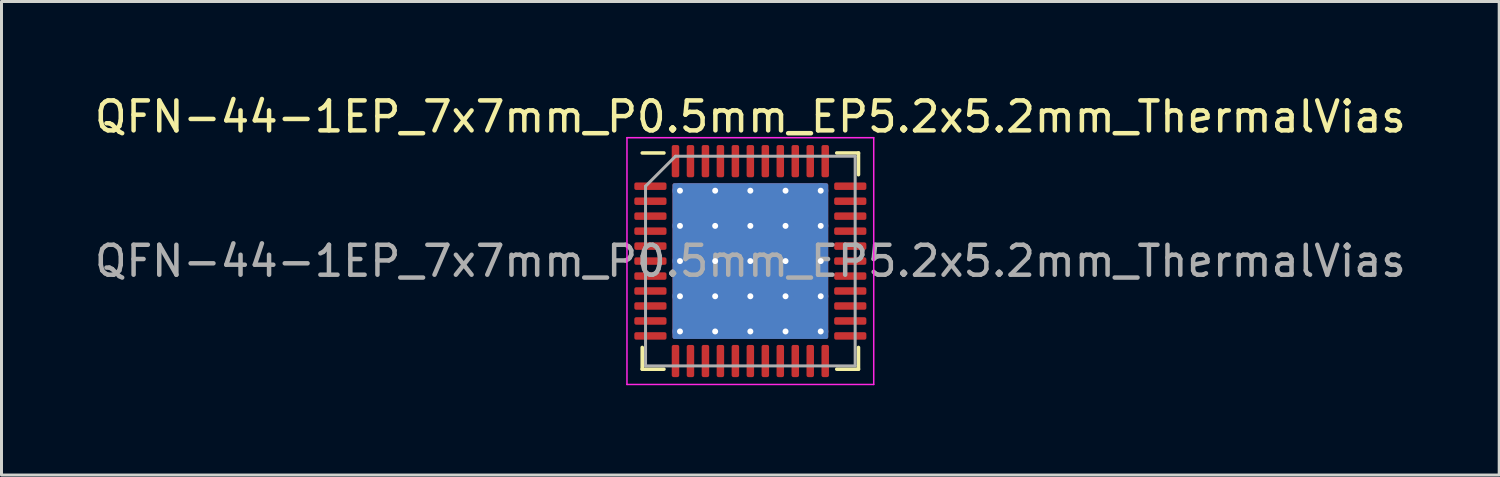
<source format=kicad_pcb>
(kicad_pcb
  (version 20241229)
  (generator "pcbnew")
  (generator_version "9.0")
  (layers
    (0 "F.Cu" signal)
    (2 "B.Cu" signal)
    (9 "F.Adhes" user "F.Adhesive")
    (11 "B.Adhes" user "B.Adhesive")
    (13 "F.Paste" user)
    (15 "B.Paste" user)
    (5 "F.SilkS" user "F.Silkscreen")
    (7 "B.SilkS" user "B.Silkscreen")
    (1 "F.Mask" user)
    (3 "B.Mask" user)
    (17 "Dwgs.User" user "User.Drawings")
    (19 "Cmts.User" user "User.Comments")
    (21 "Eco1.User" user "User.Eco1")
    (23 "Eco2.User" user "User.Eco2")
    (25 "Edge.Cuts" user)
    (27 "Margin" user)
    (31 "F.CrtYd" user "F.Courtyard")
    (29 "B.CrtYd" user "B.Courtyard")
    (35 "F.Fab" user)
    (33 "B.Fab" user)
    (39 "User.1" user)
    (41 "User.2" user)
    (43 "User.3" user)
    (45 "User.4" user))
  (footprint "QFN-44-1EP_7x7mm_P0.5mm_EP5.2x5.2mm_ThermalVias"
    (layer "F.Cu")
    (at 22.006 5.668)
    (property "Reference" "QFN-44-1EP_7x7mm_P0.5mm_EP5.2x5.2mm_ThermalVias" (at 0 -4.82 0) (layer "F.SilkS") (effects (font (size 1 1) (thickness 0.15))))
    (attr smd)
    (fp_line (start -3.61 3.61) (end -3.61 2.885) (stroke (width 0.12) (type solid)) (layer "F.SilkS"))
    (fp_line (start -2.885 -3.61) (end -3.61 -3.61) (stroke (width 0.12) (type solid)) (layer "F.SilkS"))
    (fp_line (start -2.885 3.61) (end -3.61 3.61) (stroke (width 0.12) (type solid)) (layer "F.SilkS"))
    (fp_line (start 2.885 -3.61) (end 3.61 -3.61) (stroke (width 0.12) (type solid)) (layer "F.SilkS"))
    (fp_line (start 2.885 3.61) (end 3.61 3.61) (stroke (width 0.12) (type solid)) (layer "F.SilkS"))
    (fp_line (start 3.61 -3.61) (end 3.61 -2.885) (stroke (width 0.12) (type solid)) (layer "F.SilkS"))
    (fp_line (start 3.61 3.61) (end 3.61 2.885) (stroke (width 0.12) (type solid)) (layer "F.SilkS"))
    (fp_line (start -4.12 -4.12) (end -4.12 4.12) (stroke (width 0.05) (type solid)) (layer "F.CrtYd"))
    (fp_line (start -4.12 4.12) (end 4.12 4.12) (stroke (width 0.05) (type solid)) (layer "F.CrtYd"))
    (fp_line (start 4.12 -4.12) (end -4.12 -4.12) (stroke (width 0.05) (type solid)) (layer "F.CrtYd"))
    (fp_line (start 4.12 4.12) (end 4.12 -4.12) (stroke (width 0.05) (type solid)) (layer "F.CrtYd"))
    (fp_line (start -3.5 -2.5) (end -2.5 -3.5) (stroke (width 0.1) (type solid)) (layer "F.Fab"))
    (fp_line (start -3.5 3.5) (end -3.5 -2.5) (stroke (width 0.1) (type solid)) (layer "F.Fab"))
    (fp_line (start -2.5 -3.5) (end 3.5 -3.5) (stroke (width 0.1) (type solid)) (layer "F.Fab"))
    (fp_line (start 3.5 -3.5) (end 3.5 3.5) (stroke (width 0.1) (type solid)) (layer "F.Fab"))
    (fp_line (start 3.5 3.5) (end -3.5 3.5) (stroke (width 0.1) (type solid)) (layer "F.Fab"))
    (fp_text user "${REFERENCE}" (at 0 0 0) (layer "F.Fab") (effects (font (size 1 1) (thickness 0.15))))
    (pad "" smd roundrect (at -1.762 -1.762) (size 1.007 1.007) (layers "F.Paste") (roundrect_rratio 0.248))
    (pad "" smd roundrect (at -1.762 -0.588) (size 1.007 1.007) (layers "F.Paste") (roundrect_rratio 0.248))
    (pad "" smd roundrect (at -1.762 0.588) (size 1.007 1.007) (layers "F.Paste") (roundrect_rratio 0.248))
    (pad "" smd roundrect (at -1.762 1.762) (size 1.007 1.007) (layers "F.Paste") (roundrect_rratio 0.248))
    (pad "" smd roundrect (at -0.588 -1.762) (size 1.007 1.007) (layers "F.Paste") (roundrect_rratio 0.248))
    (pad "" smd roundrect (at -0.588 -0.588) (size 1.007 1.007) (layers "F.Paste") (roundrect_rratio 0.248))
    (pad "" smd roundrect (at -0.588 0.588) (size 1.007 1.007) (layers "F.Paste") (roundrect_rratio 0.248))
    (pad "" smd roundrect (at -0.588 1.762) (size 1.007 1.007) (layers "F.Paste") (roundrect_rratio 0.248))
    (pad "" smd roundrect (at 0.588 -1.762) (size 1.007 1.007) (layers "F.Paste") (roundrect_rratio 0.248))
    (pad "" smd roundrect (at 0.588 -0.588) (size 1.007 1.007) (layers "F.Paste") (roundrect_rratio 0.248))
    (pad "" smd roundrect (at 0.588 0.588) (size 1.007 1.007) (layers "F.Paste") (roundrect_rratio 0.248))
    (pad "" smd roundrect (at 0.588 1.762) (size 1.007 1.007) (layers "F.Paste") (roundrect_rratio 0.248))
    (pad "" smd roundrect (at 1.762 -1.762) (size 1.007 1.007) (layers "F.Paste") (roundrect_rratio 0.248))
    (pad "" smd roundrect (at 1.762 -0.588) (size 1.007 1.007) (layers "F.Paste") (roundrect_rratio 0.248))
    (pad "" smd roundrect (at 1.762 0.588) (size 1.007 1.007) (layers "F.Paste") (roundrect_rratio 0.248))
    (pad "" smd roundrect (at 1.762 1.762) (size 1.007 1.007) (layers "F.Paste") (roundrect_rratio 0.248))
    (pad "1" smd roundrect (at -3.337 -2.5) (size 1.075 0.25) (layers "F.Cu" "F.Mask" "F.Paste") (roundrect_rratio 0.25))
    (pad "2" smd roundrect (at -3.337 -2) (size 1.075 0.25) (layers "F.Cu" "F.Mask" "F.Paste") (roundrect_rratio 0.25))
    (pad "3" smd roundrect (at -3.337 -1.5) (size 1.075 0.25) (layers "F.Cu" "F.Mask" "F.Paste") (roundrect_rratio 0.25))
    (pad "4" smd roundrect (at -3.337 -1) (size 1.075 0.25) (layers "F.Cu" "F.Mask" "F.Paste") (roundrect_rratio 0.25))
    (pad "5" smd roundrect (at -3.337 -0.5) (size 1.075 0.25) (layers "F.Cu" "F.Mask" "F.Paste") (roundrect_rratio 0.25))
    (pad "6" smd roundrect (at -3.337 0) (size 1.075 0.25) (layers "F.Cu" "F.Mask" "F.Paste") (roundrect_rratio 0.25))
    (pad "7" smd roundrect (at -3.337 0.5) (size 1.075 0.25) (layers "F.Cu" "F.Mask" "F.Paste") (roundrect_rratio 0.25))
    (pad "8" smd roundrect (at -3.337 1) (size 1.075 0.25) (layers "F.Cu" "F.Mask" "F.Paste") (roundrect_rratio 0.25))
    (pad "9" smd roundrect (at -3.337 1.5) (size 1.075 0.25) (layers "F.Cu" "F.Mask" "F.Paste") (roundrect_rratio 0.25))
    (pad "10" smd roundrect (at -3.337 2) (size 1.075 0.25) (layers "F.Cu" "F.Mask" "F.Paste") (roundrect_rratio 0.25))
    (pad "11" smd roundrect (at -3.337 2.5) (size 1.075 0.25) (layers "F.Cu" "F.Mask" "F.Paste") (roundrect_rratio 0.25))
    (pad "12" smd roundrect (at -2.5 3.337) (size 0.25 1.075) (layers "F.Cu" "F.Mask" "F.Paste") (roundrect_rratio 0.25))
    (pad "13" smd roundrect (at -2 3.337) (size 0.25 1.075) (layers "F.Cu" "F.Mask" "F.Paste") (roundrect_rratio 0.25))
    (pad "14" smd roundrect (at -1.5 3.337) (size 0.25 1.075) (layers "F.Cu" "F.Mask" "F.Paste") (roundrect_rratio 0.25))
    (pad "15" smd roundrect (at -1 3.337) (size 0.25 1.075) (layers "F.Cu" "F.Mask" "F.Paste") (roundrect_rratio 0.25))
    (pad "16" smd roundrect (at -0.5 3.337) (size 0.25 1.075) (layers "F.Cu" "F.Mask" "F.Paste") (roundrect_rratio 0.25))
    (pad "17" smd roundrect (at 0 3.337) (size 0.25 1.075) (layers "F.Cu" "F.Mask" "F.Paste") (roundrect_rratio 0.25))
    (pad "18" smd roundrect (at 0.5 3.337) (size 0.25 1.075) (layers "F.Cu" "F.Mask" "F.Paste") (roundrect_rratio 0.25))
    (pad "19" smd roundrect (at 1 3.337) (size 0.25 1.075) (layers "F.Cu" "F.Mask" "F.Paste") (roundrect_rratio 0.25))
    (pad "20" smd roundrect (at 1.5 3.337) (size 0.25 1.075) (layers "F.Cu" "F.Mask" "F.Paste") (roundrect_rratio 0.25))
    (pad "21" smd roundrect (at 2 3.337) (size 0.25 1.075) (layers "F.Cu" "F.Mask" "F.Paste") (roundrect_rratio 0.25))
    (pad "22" smd roundrect (at 2.5 3.337) (size 0.25 1.075) (layers "F.Cu" "F.Mask" "F.Paste") (roundrect_rratio 0.25))
    (pad "23" smd roundrect (at 3.337 2.5) (size 1.075 0.25) (layers "F.Cu" "F.Mask" "F.Paste") (roundrect_rratio 0.25))
    (pad "24" smd roundrect (at 3.337 2) (size 1.075 0.25) (layers "F.Cu" "F.Mask" "F.Paste") (roundrect_rratio 0.25))
    (pad "25" smd roundrect (at 3.337 1.5) (size 1.075 0.25) (layers "F.Cu" "F.Mask" "F.Paste") (roundrect_rratio 0.25))
    (pad "26" smd roundrect (at 3.337 1) (size 1.075 0.25) (layers "F.Cu" "F.Mask" "F.Paste") (roundrect_rratio 0.25))
    (pad "27" smd roundrect (at 3.337 0.5) (size 1.075 0.25) (layers "F.Cu" "F.Mask" "F.Paste") (roundrect_rratio 0.25))
    (pad "28" smd roundrect (at 3.337 0) (size 1.075 0.25) (layers "F.Cu" "F.Mask" "F.Paste") (roundrect_rratio 0.25))
    (pad "29" smd roundrect (at 3.337 -0.5) (size 1.075 0.25) (layers "F.Cu" "F.Mask" "F.Paste") (roundrect_rratio 0.25))
    (pad "30" smd roundrect (at 3.337 -1) (size 1.075 0.25) (layers "F.Cu" "F.Mask" "F.Paste") (roundrect_rratio 0.25))
    (pad "31" smd roundrect (at 3.337 -1.5) (size 1.075 0.25) (layers "F.Cu" "F.Mask" "F.Paste") (roundrect_rratio 0.25))
    (pad "32" smd roundrect (at 3.337 -2) (size 1.075 0.25) (layers "F.Cu" "F.Mask" "F.Paste") (roundrect_rratio 0.25))
    (pad "33" smd roundrect (at 3.337 -2.5) (size 1.075 0.25) (layers "F.Cu" "F.Mask" "F.Paste") (roundrect_rratio 0.25))
    (pad "34" smd roundrect (at 2.5 -3.337) (size 0.25 1.075) (layers "F.Cu" "F.Mask" "F.Paste") (roundrect_rratio 0.25))
    (pad "35" smd roundrect (at 2 -3.337) (size 0.25 1.075) (layers "F.Cu" "F.Mask" "F.Paste") (roundrect_rratio 0.25))
    (pad "36" smd roundrect (at 1.5 -3.337) (size 0.25 1.075) (layers "F.Cu" "F.Mask" "F.Paste") (roundrect_rratio 0.25))
    (pad "37" smd roundrect (at 1 -3.337) (size 0.25 1.075) (layers "F.Cu" "F.Mask" "F.Paste") (roundrect_rratio 0.25))
    (pad "38" smd roundrect (at 0.5 -3.337) (size 0.25 1.075) (layers "F.Cu" "F.Mask" "F.Paste") (roundrect_rratio 0.25))
    (pad "39" smd roundrect (at 0 -3.337) (size 0.25 1.075) (layers "F.Cu" "F.Mask" "F.Paste") (roundrect_rratio 0.25))
    (pad "40" smd roundrect (at -0.5 -3.337) (size 0.25 1.075) (layers "F.Cu" "F.Mask" "F.Paste") (roundrect_rratio 0.25))
    (pad "41" smd roundrect (at -1 -3.337) (size 0.25 1.075) (layers "F.Cu" "F.Mask" "F.Paste") (roundrect_rratio 0.25))
    (pad "42" smd roundrect (at -1.5 -3.337) (size 0.25 1.075) (layers "F.Cu" "F.Mask" "F.Paste") (roundrect_rratio 0.25))
    (pad "43" smd roundrect (at -2 -3.337) (size 0.25 1.075) (layers "F.Cu" "F.Mask" "F.Paste") (roundrect_rratio 0.25))
    (pad "44" smd roundrect (at -2.5 -3.337) (size 0.25 1.075) (layers "F.Cu" "F.Mask" "F.Paste") (roundrect_rratio 0.25))
    (pad "45" thru_hole circle (at -2.35 -2.35) (size 0.5 0.5) (drill 0.2) (layers "*.Cu"))
    (pad "45" thru_hole circle (at -2.35 -1.175) (size 0.5 0.5) (drill 0.2) (layers "*.Cu"))
    (pad "45" thru_hole circle (at -2.35 0) (size 0.5 0.5) (drill 0.2) (layers "*.Cu"))
    (pad "45" thru_hole circle (at -2.35 1.175) (size 0.5 0.5) (drill 0.2) (layers "*.Cu"))
    (pad "45" thru_hole circle (at -2.35 2.35) (size 0.5 0.5) (drill 0.2) (layers "*.Cu"))
    (pad "45" thru_hole circle (at -1.175 -2.35) (size 0.5 0.5) (drill 0.2) (layers "*.Cu"))
    (pad "45" thru_hole circle (at -1.175 -1.175) (size 0.5 0.5) (drill 0.2) (layers "*.Cu"))
    (pad "45" thru_hole circle (at -1.175 0) (size 0.5 0.5) (drill 0.2) (layers "*.Cu"))
    (pad "45" thru_hole circle (at -1.175 1.175) (size 0.5 0.5) (drill 0.2) (layers "*.Cu"))
    (pad "45" thru_hole circle (at -1.175 2.35) (size 0.5 0.5) (drill 0.2) (layers "*.Cu"))
    (pad "45" thru_hole circle (at 0 -2.35) (size 0.5 0.5) (drill 0.2) (layers "*.Cu"))
    (pad "45" thru_hole circle (at 0 -1.175) (size 0.5 0.5) (drill 0.2) (layers "*.Cu"))
    (pad "45" thru_hole circle (at 0 0) (size 0.5 0.5) (drill 0.2) (layers "*.Cu"))
    (pad "45" smd roundrect (at 0 0) (size 5.2 5.2) (layers "F.Cu" "F.Mask") (roundrect_rratio 0.012))
    (pad "45" smd roundrect (at 0 0) (size 5.2 5.2) (layers "B.Cu") (roundrect_rratio 0.012))
    (pad "45" thru_hole circle (at 0 1.175) (size 0.5 0.5) (drill 0.2) (layers "*.Cu"))
    (pad "45" thru_hole circle (at 0 2.35) (size 0.5 0.5) (drill 0.2) (layers "*.Cu"))
    (pad "45" thru_hole circle (at 1.175 -2.35) (size 0.5 0.5) (drill 0.2) (layers "*.Cu"))
    (pad "45" thru_hole circle (at 1.175 -1.175) (size 0.5 0.5) (drill 0.2) (layers "*.Cu"))
    (pad "45" thru_hole circle (at 1.175 0) (size 0.5 0.5) (drill 0.2) (layers "*.Cu"))
    (pad "45" thru_hole circle (at 1.175 1.175) (size 0.5 0.5) (drill 0.2) (layers "*.Cu"))
    (pad "45" thru_hole circle (at 1.175 2.35) (size 0.5 0.5) (drill 0.2) (layers "*.Cu"))
    (pad "45" thru_hole circle (at 2.35 -2.35) (size 0.5 0.5) (drill 0.2) (layers "*.Cu"))
    (pad "45" thru_hole circle (at 2.35 -1.175) (size 0.5 0.5) (drill 0.2) (layers "*.Cu"))
    (pad "45" thru_hole circle (at 2.35 0) (size 0.5 0.5) (drill 0.2) (layers "*.Cu"))
    (pad "45" thru_hole circle (at 2.35 1.175) (size 0.5 0.5) (drill 0.2) (layers "*.Cu"))
    (pad "45" thru_hole circle (at 2.35 2.35) (size 0.5 0.5) (drill 0.2) (layers "*.Cu")))
  (gr_rect
    (start -3 -3)
    (end 47.012 12.813)
    (stroke (width 0.1) (type default))
    (fill no)
    (layer "Edge.Cuts")))
</source>
